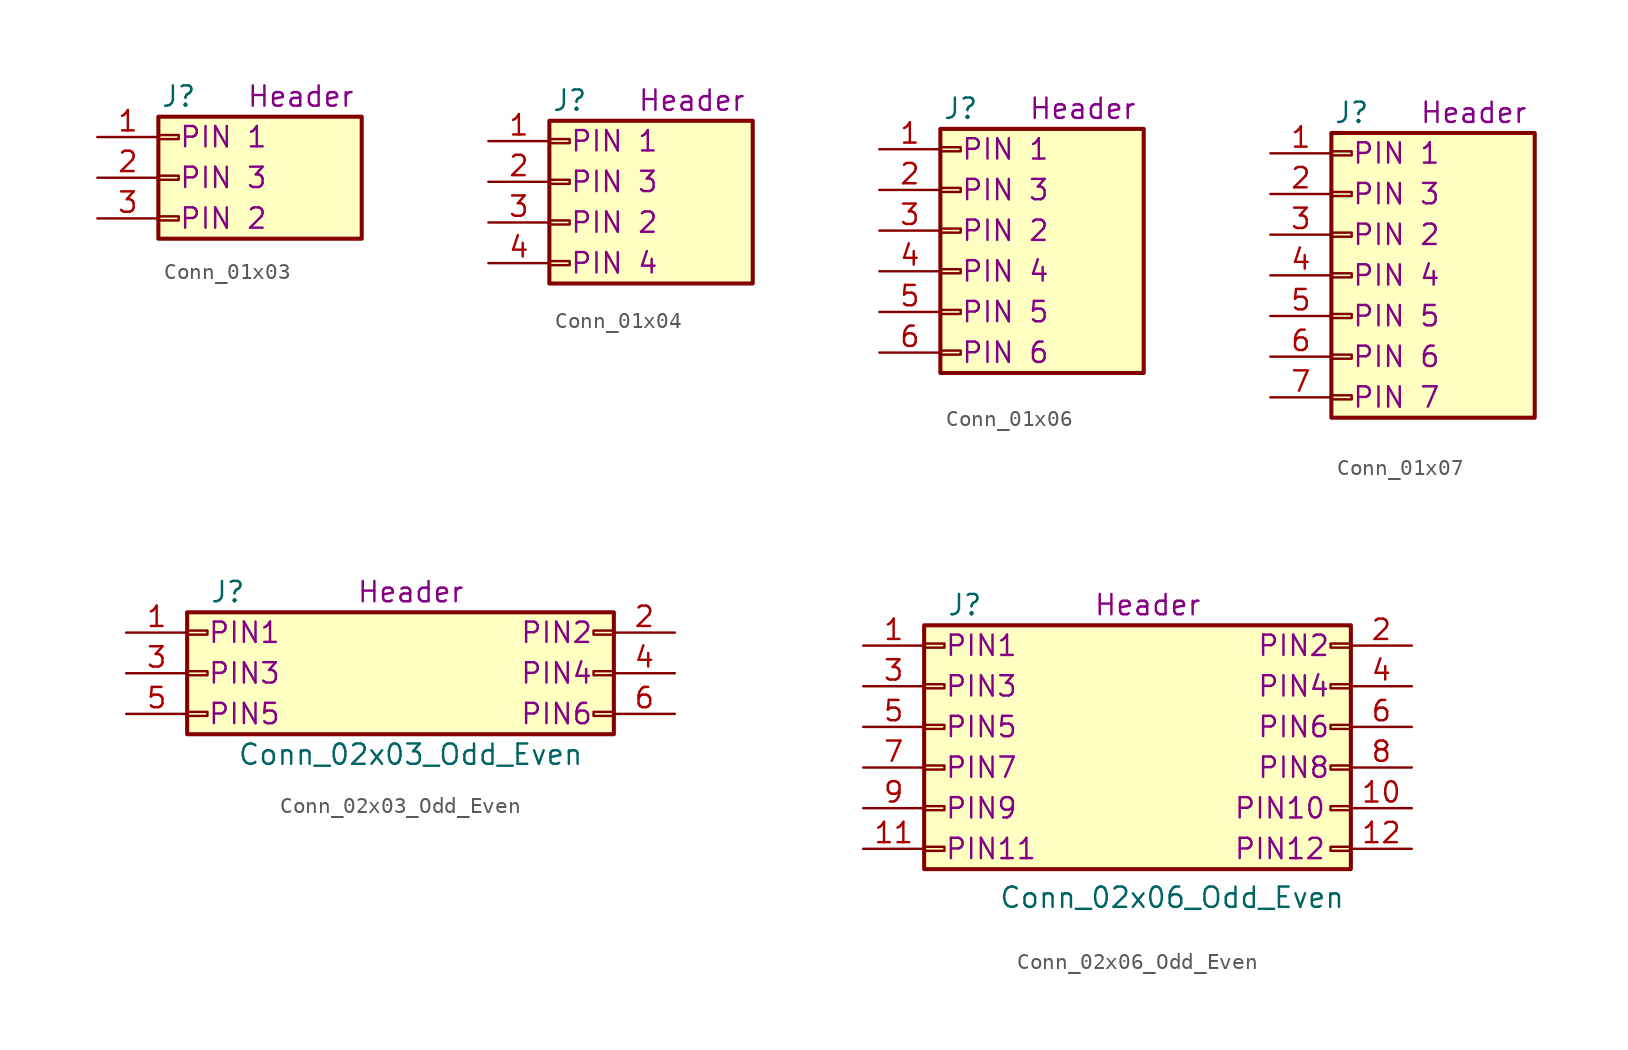
<source format=kicad_sym>
(kicad_symbol_lib
  (version 20231120)
  (generator "kicad_symbol_editor")
  (generator_version "8.0")
  (symbol "Conn_01x03"
    (pin_names
      (offset 1.016) hide)
    (property "Reference" "J"
      (at 0 5.08 0)
      (effects (font (size 1.27 1.27))))
    (property "Purpose Pin1" "PIN 1"
      (at 0 2.54 0)
      (do_not_autoplace)
      (effects (font (size 1.27 1.27)) (justify left)))
    (property "Purpose Pin2" "PIN 2"
      (at 0 -2.54 0)
      (do_not_autoplace)
      (effects (font (size 1.27 1.27)) (justify left)))
    (property "Purpose Pin3" "PIN 3"
      (at 0 0 0)
      (do_not_autoplace)
      (effects (font (size 1.27 1.27)) (justify left)))
    (property "Purpose" "Header"
      (at 7.62 5.08 0)
      (effects (font (size 1.27 1.27))))
    (symbol "Conn_01x03_1_1"
      (rectangle (start -1.27 -2.413) (end 0 -2.667) (stroke (width 0.152) (type default)) (fill (type none)))
      (rectangle (start -1.27 0.127) (end 0 -0.127) (stroke (width 0.152) (type default)) (fill (type none)))
      (rectangle (start -1.27 2.667) (end 0 2.413) (stroke (width 0.152) (type default)) (fill (type none)))
      (rectangle (start -1.27 3.81) (end 11.43 -3.81) (stroke (width 0.254) (type default)) (fill (type background)))
      (pin passive line (at -5.08 2.54 0) (length 3.81) (name "Pin_1" (effects (font (size 1.27 1.27)))) (number "1" (effects (font (size 1.27 1.27)))))
      (pin passive line (at -5.08 0 0) (length 3.81) (name "Pin_2" (effects (font (size 1.27 1.27)))) (number "2" (effects (font (size 1.27 1.27)))))
      (pin passive line (at -5.08 -2.54 0) (length 3.81) (name "Pin_3" (effects (font (size 1.27 1.27)))) (number "3" (effects (font (size 1.27 1.27)))))))
  (symbol "Conn_01x04"
    (pin_names
      (offset 1.016) hide)
    (property "Reference" "J"
      (at 0 5.08 0)
      (effects (font (size 1.27 1.27))))
    (property "Purpose Pin1" "PIN 1"
      (at 0 2.54 0)
      (do_not_autoplace)
      (effects (font (size 1.27 1.27)) (justify left)))
    (property "Purpose Pin2" "PIN 2"
      (at 0 -2.54 0)
      (do_not_autoplace)
      (effects (font (size 1.27 1.27)) (justify left)))
    (property "Purpose Pin3" "PIN 3"
      (at 0 0 0)
      (do_not_autoplace)
      (effects (font (size 1.27 1.27)) (justify left)))
    (property "Purpose Pin4" "PIN 4"
      (at 0 -5.08 0)
      (do_not_autoplace)
      (effects (font (size 1.27 1.27)) (justify left)))
    (property "Purpose" "Header"
      (at 7.62 5.08 0)
      (effects (font (size 1.27 1.27))))
    (symbol "Conn_01x04_1_1"
      (rectangle (start -1.27 -4.953) (end 0 -5.207) (stroke (width 0.152) (type default)) (fill (type none)))
      (rectangle (start -1.27 -2.413) (end 0 -2.667) (stroke (width 0.152) (type default)) (fill (type none)))
      (rectangle (start -1.27 0.127) (end 0 -0.127) (stroke (width 0.152) (type default)) (fill (type none)))
      (rectangle (start -1.27 2.667) (end 0 2.413) (stroke (width 0.152) (type default)) (fill (type none)))
      (rectangle (start -1.27 3.81) (end 11.43 -6.35) (stroke (width 0.254) (type default)) (fill (type background)))
      (pin passive line (at -5.08 2.54 0) (length 3.81) (name "Pin_1" (effects (font (size 1.27 1.27)))) (number "1" (effects (font (size 1.27 1.27)))))
      (pin passive line (at -5.08 0 0) (length 3.81) (name "Pin_2" (effects (font (size 1.27 1.27)))) (number "2" (effects (font (size 1.27 1.27)))))
      (pin passive line (at -5.08 -2.54 0) (length 3.81) (name "Pin_3" (effects (font (size 1.27 1.27)))) (number "3" (effects (font (size 1.27 1.27)))))
      (pin passive line (at -5.08 -5.08 0) (length 3.81) (name "Pin_4" (effects (font (size 1.27 1.27)))) (number "4" (effects (font (size 1.27 1.27)))))))
  (symbol "Conn_01x06"
    (pin_names
      (offset 1.016) hide)
    (property "Reference" "J"
      (at 0 5.08 0)
      (effects (font (size 1.27 1.27))))
    (property "Purpose Pin1" "PIN 1"
      (at 0 2.54 0)
      (do_not_autoplace)
      (effects (font (size 1.27 1.27)) (justify left)))
    (property "Purpose Pin2" "PIN 2"
      (at 0 -2.54 0)
      (do_not_autoplace)
      (effects (font (size 1.27 1.27)) (justify left)))
    (property "Purpose Pin3" "PIN 3"
      (at 0 0 0)
      (do_not_autoplace)
      (effects (font (size 1.27 1.27)) (justify left)))
    (property "Purpose Pin4" "PIN 4"
      (at 0 -5.08 0)
      (do_not_autoplace)
      (effects (font (size 1.27 1.27)) (justify left)))
    (property "Purpose Pin5" "PIN 5"
      (at 0 -7.62 0)
      (do_not_autoplace)
      (effects (font (size 1.27 1.27)) (justify left)))
    (property "Purpose Pin6" "PIN 6"
      (at 0 -10.16 0)
      (do_not_autoplace)
      (effects (font (size 1.27 1.27)) (justify left)))
    (property "Purpose" "Header"
      (at 7.62 5.08 0)
      (effects (font (size 1.27 1.27))))
    (symbol "Conn_01x06_1_1"
      (rectangle (start -1.27 -10.033) (end 0 -10.287) (stroke (width 0.152) (type default)) (fill (type none)))
      (rectangle (start -1.27 -7.493) (end 0 -7.747) (stroke (width 0.152) (type default)) (fill (type none)))
      (rectangle (start -1.27 -4.953) (end 0 -5.207) (stroke (width 0.152) (type default)) (fill (type none)))
      (rectangle (start -1.27 -2.413) (end 0 -2.667) (stroke (width 0.152) (type default)) (fill (type none)))
      (rectangle (start -1.27 0.127) (end 0 -0.127) (stroke (width 0.152) (type default)) (fill (type none)))
      (rectangle (start -1.27 2.667) (end 0 2.413) (stroke (width 0.152) (type default)) (fill (type none)))
      (rectangle (start -1.27 3.81) (end 11.43 -11.43) (stroke (width 0.254) (type default)) (fill (type background)))
      (pin passive line (at -5.08 2.54 0) (length 3.81) (name "Pin_1" (effects (font (size 1.27 1.27)))) (number "1" (effects (font (size 1.27 1.27)))))
      (pin passive line (at -5.08 0 0) (length 3.81) (name "Pin_2" (effects (font (size 1.27 1.27)))) (number "2" (effects (font (size 1.27 1.27)))))
      (pin passive line (at -5.08 -2.54 0) (length 3.81) (name "Pin_3" (effects (font (size 1.27 1.27)))) (number "3" (effects (font (size 1.27 1.27)))))
      (pin passive line (at -5.08 -5.08 0) (length 3.81) (name "Pin_4" (effects (font (size 1.27 1.27)))) (number "4" (effects (font (size 1.27 1.27)))))
      (pin passive line (at -5.08 -7.62 0) (length 3.81) (name "Pin_5" (effects (font (size 1.27 1.27)))) (number "5" (effects (font (size 1.27 1.27)))))
      (pin passive line (at -5.08 -10.16 0) (length 3.81) (name "Pin_6" (effects (font (size 1.27 1.27)))) (number "6" (effects (font (size 1.27 1.27)))))))
  (symbol "Conn_01x07"
    (pin_names
      (offset 1.016) hide)
    (property "Reference" "J"
      (at 0 5.08 0)
      (effects (font (size 1.27 1.27))))
    (property "Purpose Pin1" "PIN 1"
      (at 0 2.54 0)
      (do_not_autoplace)
      (effects (font (size 1.27 1.27)) (justify left)))
    (property "Purpose Pin2" "PIN 2"
      (at 0 -2.54 0)
      (do_not_autoplace)
      (effects (font (size 1.27 1.27)) (justify left)))
    (property "Purpose Pin3" "PIN 3"
      (at 0 0 0)
      (do_not_autoplace)
      (effects (font (size 1.27 1.27)) (justify left)))
    (property "Purpose Pin4" "PIN 4"
      (at 0 -5.08 0)
      (do_not_autoplace)
      (effects (font (size 1.27 1.27)) (justify left)))
    (property "Purpose Pin5" "PIN 5"
      (at 0 -7.62 0)
      (do_not_autoplace)
      (effects (font (size 1.27 1.27)) (justify left)))
    (property "Purpose Pin6" "PIN 6"
      (at 0 -10.16 0)
      (do_not_autoplace)
      (effects (font (size 1.27 1.27)) (justify left)))
    (property "Purpose Pin7" "PIN 7"
      (at 0 -12.7 0)
      (do_not_autoplace)
      (effects (font (size 1.27 1.27)) (justify left)))
    (property "Purpose" "Header"
      (at 7.62 5.08 0)
      (effects (font (size 1.27 1.27))))
    (symbol "Conn_01x07_1_1"
      (rectangle (start -1.27 -12.573) (end 0 -12.827) (stroke (width 0.152) (type default)) (fill (type none)))
      (rectangle (start -1.27 -10.033) (end 0 -10.287) (stroke (width 0.152) (type default)) (fill (type none)))
      (rectangle (start -1.27 -7.493) (end 0 -7.747) (stroke (width 0.152) (type default)) (fill (type none)))
      (rectangle (start -1.27 -4.953) (end 0 -5.207) (stroke (width 0.152) (type default)) (fill (type none)))
      (rectangle (start -1.27 -2.413) (end 0 -2.667) (stroke (width 0.152) (type default)) (fill (type none)))
      (rectangle (start -1.27 0.127) (end 0 -0.127) (stroke (width 0.152) (type default)) (fill (type none)))
      (rectangle (start -1.27 2.667) (end 0 2.413) (stroke (width 0.152) (type default)) (fill (type none)))
      (rectangle (start -1.27 3.81) (end 11.43 -13.97) (stroke (width 0.254) (type default)) (fill (type background)))
      (pin passive line (at -5.08 2.54 0) (length 3.81) (name "Pin_1" (effects (font (size 1.27 1.27)))) (number "1" (effects (font (size 1.27 1.27)))))
      (pin passive line (at -5.08 0 0) (length 3.81) (name "Pin_2" (effects (font (size 1.27 1.27)))) (number "2" (effects (font (size 1.27 1.27)))))
      (pin passive line (at -5.08 -2.54 0) (length 3.81) (name "Pin_3" (effects (font (size 1.27 1.27)))) (number "3" (effects (font (size 1.27 1.27)))))
      (pin passive line (at -5.08 -5.08 0) (length 3.81) (name "Pin_4" (effects (font (size 1.27 1.27)))) (number "4" (effects (font (size 1.27 1.27)))))
      (pin passive line (at -5.08 -7.62 0) (length 3.81) (name "Pin_5" (effects (font (size 1.27 1.27)))) (number "5" (effects (font (size 1.27 1.27)))))
      (pin passive line (at -5.08 -10.16 0) (length 3.81) (name "Pin_6" (effects (font (size 1.27 1.27)))) (number "6" (effects (font (size 1.27 1.27)))))
      (pin passive line (at -5.08 -12.7 0) (length 3.81) (name "Pin_7" (effects (font (size 1.27 1.27)))) (number "7" (effects (font (size 1.27 1.27)))))))
  (symbol "Conn_02x03_Odd_Even"
    (pin_names
      (offset 1.016) hide)
    (property "Reference" "J"
      (at -11.43 5.08 0)
      (effects (font (size 1.27 1.27))))
    (property "Value" "Conn_02x03_Odd_Even"
      (at 0 -5.08 0)
      (do_not_autoplace)
      (effects (font (size 1.27 1.27))))
    (property "Purpose Pin1" "PIN1"
      (at -12.7 2.54 0)
      (do_not_autoplace)
      (effects (font (size 1.27 1.27)) (justify left)))
    (property "Purpose Pin2" "PIN2"
      (at 11.43 2.54 0)
      (do_not_autoplace)
      (effects (font (size 1.27 1.27)) (justify right)))
    (property "Purpose Pin3" "PIN3"
      (at -12.7 0 0)
      (do_not_autoplace)
      (effects (font (size 1.27 1.27)) (justify left)))
    (property "Purpose Pin4" "PIN4"
      (at 11.43 0 0)
      (do_not_autoplace)
      (effects (font (size 1.27 1.27)) (justify right)))
    (property "Purpose Pin5" "PIN5"
      (at -12.7 -2.54 0)
      (do_not_autoplace)
      (effects (font (size 1.27 1.27)) (justify left)))
    (property "Purpose Pin6" "PIN6"
      (at 11.43 -2.54 0)
      (do_not_autoplace)
      (effects (font (size 1.27 1.27)) (justify right)))
    (property "Purpose" "Header"
      (at 0 5.08 0)
      (do_not_autoplace)
      (effects (font (size 1.27 1.27))))
    (symbol "Conn_02x03_Odd_Even_1_1"
      (rectangle (start -13.97 -2.413) (end -12.7 -2.667) (stroke (width 0.152) (type default)) (fill (type none)))
      (rectangle (start -13.97 0.127) (end -12.7 -0.127) (stroke (width 0.152) (type default)) (fill (type none)))
      (rectangle (start -13.97 2.667) (end -12.7 2.413) (stroke (width 0.152) (type default)) (fill (type none)))
      (rectangle (start -13.97 3.81) (end 12.7 -3.81) (stroke (width 0.254) (type default)) (fill (type background)))
      (rectangle (start 12.7 -2.413) (end 11.43 -2.667) (stroke (width 0.152) (type default)) (fill (type none)))
      (rectangle (start 12.7 0.127) (end 11.43 -0.127) (stroke (width 0.152) (type default)) (fill (type none)))
      (rectangle (start 12.7 2.667) (end 11.43 2.413) (stroke (width 0.152) (type default)) (fill (type none)))
      (pin passive line (at -17.78 2.54 0) (length 3.81) (name "Pin_1" (effects (font (size 1.27 1.27)))) (number "1" (effects (font (size 1.27 1.27)))))
      (pin passive line (at 16.51 2.54 180) (length 3.81) (name "Pin_2" (effects (font (size 1.27 1.27)))) (number "2" (effects (font (size 1.27 1.27)))))
      (pin passive line (at -17.78 0 0) (length 3.81) (name "Pin_3" (effects (font (size 1.27 1.27)))) (number "3" (effects (font (size 1.27 1.27)))))
      (pin passive line (at 16.51 0 180) (length 3.81) (name "Pin_4" (effects (font (size 1.27 1.27)))) (number "4" (effects (font (size 1.27 1.27)))))
      (pin passive line (at -17.78 -2.54 0) (length 3.81) (name "Pin_5" (effects (font (size 1.27 1.27)))) (number "5" (effects (font (size 1.27 1.27)))))
      (pin passive line (at 16.51 -2.54 180) (length 3.81) (name "Pin_6" (effects (font (size 1.27 1.27)))) (number "6" (effects (font (size 1.27 1.27)))))))
  (symbol "Conn_02x06_Odd_Even"
    (pin_names
      (offset 1.016) hide)
    (property "Reference" "J"
      (at -11.43 5.08 0)
      (effects (font (size 1.27 1.27))))
    (property "Value" "Conn_02x06_Odd_Even"
      (at 1.524 -13.208 0)
      (effects (font (size 1.27 1.27))))
    (property "Purpose Pin1" "PIN1"
      (at -12.7 2.54 0)
      (do_not_autoplace)
      (effects (font (size 1.27 1.27)) (justify left)))
    (property "Purpose Pin2" "PIN2"
      (at 11.43 2.54 0)
      (do_not_autoplace)
      (effects (font (size 1.27 1.27)) (justify right)))
    (property "Purpose Pin3" "PIN3"
      (at -12.7 0 0)
      (do_not_autoplace)
      (effects (font (size 1.27 1.27)) (justify left)))
    (property "Purpose Pin4" "PIN4"
      (at 11.43 0 0)
      (do_not_autoplace)
      (effects (font (size 1.27 1.27)) (justify right)))
    (property "Purpose Pin5" "PIN5"
      (at -12.7 -2.54 0)
      (do_not_autoplace)
      (effects (font (size 1.27 1.27)) (justify left)))
    (property "Purpose Pin6" "PIN6"
      (at 11.43 -2.54 0)
      (do_not_autoplace)
      (effects (font (size 1.27 1.27)) (justify right)))
    (property "Purpose Pin7" "PIN7"
      (at -12.7 -5.08 0)
      (do_not_autoplace)
      (effects (font (size 1.27 1.27)) (justify left)))
    (property "Purpose Pin8" "PIN8"
      (at 11.43 -5.08 0)
      (do_not_autoplace)
      (effects (font (size 1.27 1.27)) (justify right)))
    (property "Purpose Pin9" "PIN9"
      (at -12.7 -7.62 0)
      (do_not_autoplace)
      (effects (font (size 1.27 1.27)) (justify left)))
    (property "Purpose Pin10" "PIN10"
      (at 11.176 -7.62 0)
      (do_not_autoplace)
      (effects (font (size 1.27 1.27)) (justify right)))
    (property "Purpose Pin11" "PIN11"
      (at -12.7 -10.16 0)
      (do_not_autoplace)
      (effects (font (size 1.27 1.27)) (justify left)))
    (property "Purpose Pin12" "PIN12"
      (at 11.176 -10.16 0)
      (do_not_autoplace)
      (effects (font (size 1.27 1.27)) (justify right)))
    (property "Purpose" "Header"
      (at 0 5.08 0)
      (effects (font (size 1.27 1.27))))
    (symbol "Conn_02x06_Odd_Even_1_1"
      (rectangle (start -13.97 -10.033) (end -12.7 -10.287) (stroke (width 0.152) (type default)) (fill (type none)))
      (rectangle (start -13.97 -7.493) (end -12.7 -7.747) (stroke (width 0.152) (type default)) (fill (type none)))
      (rectangle (start -13.97 -4.953) (end -12.7 -5.207) (stroke (width 0.152) (type default)) (fill (type none)))
      (rectangle (start -13.97 -2.413) (end -12.7 -2.667) (stroke (width 0.152) (type default)) (fill (type none)))
      (rectangle (start -13.97 0.127) (end -12.7 -0.127) (stroke (width 0.152) (type default)) (fill (type none)))
      (rectangle (start -13.97 2.667) (end -12.7 2.413) (stroke (width 0.152) (type default)) (fill (type none)))
      (rectangle (start -13.97 3.81) (end 12.7 -11.43) (stroke (width 0.254) (type default)) (fill (type background)))
      (rectangle (start 11.43 -4.953) (end 12.7 -5.207) (stroke (width 0.152) (type default)) (fill (type none)))
      (rectangle (start 12.7 -10.033) (end 11.43 -10.287) (stroke (width 0.152) (type default)) (fill (type none)))
      (rectangle (start 12.7 -7.493) (end 11.43 -7.747) (stroke (width 0.152) (type default)) (fill (type none)))
      (rectangle (start 12.7 -2.413) (end 11.43 -2.667) (stroke (width 0.152) (type default)) (fill (type none)))
      (rectangle (start 12.7 0.127) (end 11.43 -0.127) (stroke (width 0.152) (type default)) (fill (type none)))
      (rectangle (start 12.7 2.667) (end 11.43 2.413) (stroke (width 0.152) (type default)) (fill (type none)))
      (pin passive line (at -17.78 2.54 0) (length 3.81) (name "Pin_1" (effects (font (size 1.27 1.27)))) (number "1" (effects (font (size 1.27 1.27)))))
      (pin passive line (at 16.51 -7.62 180) (length 3.81) (name "Pin_10" (effects (font (size 1.27 1.27)))) (number "10" (effects (font (size 1.27 1.27)))))
      (pin passive line (at -17.78 -10.16 0) (length 3.81) (name "Pin_9" (effects (font (size 1.27 1.27)))) (number "11" (effects (font (size 1.27 1.27)))))
      (pin passive line (at 16.51 -10.16 180) (length 3.81) (name "Pin_12" (effects (font (size 1.27 1.27)))) (number "12" (effects (font (size 1.27 1.27)))))
      (pin passive line (at 16.51 2.54 180) (length 3.81) (name "Pin_2" (effects (font (size 1.27 1.27)))) (number "2" (effects (font (size 1.27 1.27)))))
      (pin passive line (at -17.78 0 0) (length 3.81) (name "Pin_3" (effects (font (size 1.27 1.27)))) (number "3" (effects (font (size 1.27 1.27)))))
      (pin passive line (at 16.51 0 180) (length 3.81) (name "Pin_4" (effects (font (size 1.27 1.27)))) (number "4" (effects (font (size 1.27 1.27)))))
      (pin passive line (at -17.78 -2.54 0) (length 3.81) (name "Pin_5" (effects (font (size 1.27 1.27)))) (number "5" (effects (font (size 1.27 1.27)))))
      (pin passive line (at 16.51 -2.54 180) (length 3.81) (name "Pin_6" (effects (font (size 1.27 1.27)))) (number "6" (effects (font (size 1.27 1.27)))))
      (pin passive line (at -17.78 -5.08 0) (length 3.81) (name "Pin_7" (effects (font (size 1.27 1.27)))) (number "7" (effects (font (size 1.27 1.27)))))
      (pin passive line (at 16.51 -5.08 180) (length 3.81) (name "Pin_8" (effects (font (size 1.27 1.27)))) (number "8" (effects (font (size 1.27 1.27)))))
      (pin passive line (at -17.78 -7.62 0) (length 3.81) (name "Pin_9" (effects (font (size 1.27 1.27)))) (number "9" (effects (font (size 1.27 1.27))))))))
</source>
